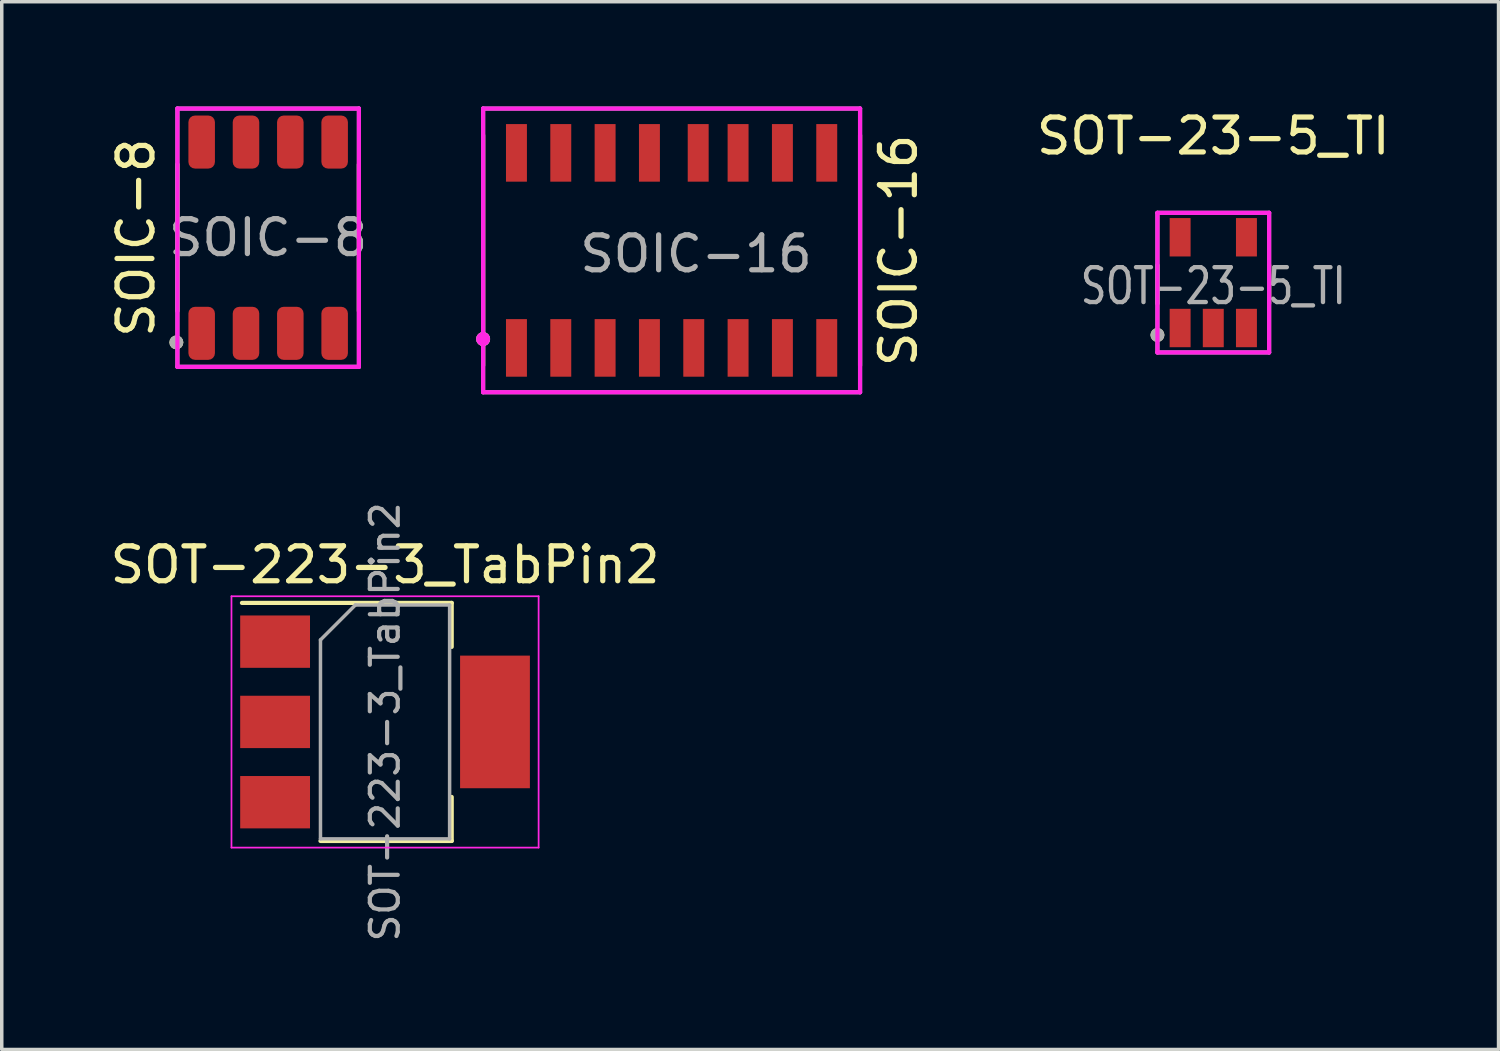
<source format=kicad_pcb>
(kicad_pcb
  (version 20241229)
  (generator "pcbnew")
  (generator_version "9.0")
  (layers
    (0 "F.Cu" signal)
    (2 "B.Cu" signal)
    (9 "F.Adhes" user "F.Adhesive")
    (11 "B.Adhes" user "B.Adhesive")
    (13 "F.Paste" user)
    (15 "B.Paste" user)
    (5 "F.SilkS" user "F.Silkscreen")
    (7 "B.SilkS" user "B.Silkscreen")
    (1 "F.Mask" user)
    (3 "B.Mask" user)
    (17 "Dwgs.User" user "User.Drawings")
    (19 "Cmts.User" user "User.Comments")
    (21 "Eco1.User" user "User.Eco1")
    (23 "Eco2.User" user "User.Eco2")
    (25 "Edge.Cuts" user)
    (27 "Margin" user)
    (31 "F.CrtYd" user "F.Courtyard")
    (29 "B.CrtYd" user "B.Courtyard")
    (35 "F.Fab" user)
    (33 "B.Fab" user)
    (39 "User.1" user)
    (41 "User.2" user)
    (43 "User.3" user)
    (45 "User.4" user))
  (footprint "SOT-23-5_TI"
    (layer "F.Cu")
    (at 31.712 6.348)
    (property "Reference" "SOT-23-5_TI" (at 0 -5.5 0) (layer "F.SilkS") (effects (font (size 1 1) (thickness 0.15))))
    (attr through_hole)
    (fp_line (start -1.6 -1.8) (end -1.6 -0.7) (stroke (width 0.12) (type solid)) (layer "F.SilkS"))
    (fp_line (start 1.6 -0.7) (end 1.6 -1.8) (stroke (width 0.12) (type solid)) (layer "F.SilkS"))
    (fp_circle (center -1.6 0.2) (end -1.5 0.2) (stroke (width 0.2) (type solid)) (fill no) (layer "F.SilkS"))
    (fp_line (start -1.6 -3.3) (end 1.6 -3.3) (stroke (width 0.12) (type solid)) (layer "F.CrtYd"))
    (fp_line (start -1.6 0.7) (end -1.6 -3.3) (stroke (width 0.12) (type solid)) (layer "F.CrtYd"))
    (fp_line (start 1.6 -3.3) (end 1.6 0.7) (stroke (width 0.12) (type solid)) (layer "F.CrtYd"))
    (fp_line (start 1.6 0.7) (end -1.6 0.7) (stroke (width 0.12) (type solid)) (layer "F.CrtYd"))
    (fp_line (start -1.6 -3.3) (end 1.6 -3.3) (stroke (width 0.12) (type solid)) (layer "F.Fab"))
    (fp_line (start -1.6 0.7) (end -1.6 -3.3) (stroke (width 0.12) (type solid)) (layer "F.Fab"))
    (fp_line (start 1.6 -3.3) (end 1.6 0.7) (stroke (width 0.12) (type solid)) (layer "F.Fab"))
    (fp_line (start 1.6 0.7) (end -1.6 0.7) (stroke (width 0.12) (type solid)) (layer "F.Fab"))
    (fp_circle (center -1.6 0.2) (end -1.5 0.2) (stroke (width 0.2) (type solid)) (fill no) (layer "F.Fab"))
    (fp_text user "${REFERENCE}" (at 0 -1.2 0) (layer "F.Fab") (effects (font (size 1 0.75) (thickness 0.125))))
    (pad "1" smd rect (at -0.95 0) (size 0.6 1.1) (layers "F.Cu" "F.Mask" "F.Paste"))
    (pad "2" smd rect (at 0 0) (size 0.6 1.1) (layers "F.Cu" "F.Mask" "F.Paste"))
    (pad "3" smd rect (at 0.95 0) (size 0.6 1.1) (layers "F.Cu" "F.Mask" "F.Paste"))
    (pad "4" smd rect (at 0.95 -2.6) (size 0.6 1.1) (layers "F.Cu" "F.Mask" "F.Paste"))
    (pad "5" smd rect (at -0.95 -2.6) (size 0.6 1.1) (layers "F.Cu" "F.Mask" "F.Paste")))
  (footprint "SOIC-16"
    (layer "F.Cu")
    (at 16.192 4.124)
    (property "Reference" "SOIC-16" (at 6.5 0 90) (layer "F.SilkS") (effects (font (size 1 1) (thickness 0.15))))
    (attr smd)
    (fp_line (start -5.4 3.3) (end -5.4 -3.3) (stroke (width 0.12) (type solid)) (layer "F.SilkS"))
    (fp_line (start 5.4 3.3) (end 5.4 -3.3) (stroke (width 0.12) (type solid)) (layer "F.SilkS"))
    (fp_circle (center -5.4 2.54) (end -5.3 2.54) (stroke (width 0.2) (type solid)) (fill no) (layer "F.SilkS"))
    (fp_line (start -5.4 -4.064) (end 5.4 -4.064) (stroke (width 0.12) (type solid)) (layer "F.CrtYd"))
    (fp_line (start -5.4 4.064) (end -5.4 -4.064) (stroke (width 0.12) (type solid)) (layer "F.CrtYd"))
    (fp_line (start 5.4 -4.064) (end 5.4 4.064) (stroke (width 0.12) (type solid)) (layer "F.CrtYd"))
    (fp_line (start 5.4 4.064) (end -5.4 4.064) (stroke (width 0.12) (type solid)) (layer "F.CrtYd"))
    (fp_circle (center -5.4 2.54) (end -5.3 2.54) (stroke (width 0.2) (type solid)) (fill no) (layer "F.CrtYd"))
    (fp_line (start -5.4 -4.064) (end 5.4 -4.064) (stroke (width 0.12) (type solid)) (layer "F.Fab"))
    (fp_line (start -5.4 4.064) (end -5.4 -4.064) (stroke (width 0.12) (type solid)) (layer "F.Fab"))
    (fp_line (start 5.4 -4.064) (end 5.4 4.064) (stroke (width 0.12) (type solid)) (layer "F.Fab"))
    (fp_line (start 5.4 4.064) (end -5.4 4.064) (stroke (width 0.12) (type solid)) (layer "F.Fab"))
    (fp_circle (center -5.4 2.54) (end -5.3 2.54) (stroke (width 0.2) (type solid)) (fill no) (layer "F.Fab"))
    (fp_text user "${REFERENCE}" (at 0.7 0.1 0) (layer "F.Fab") (effects (font (size 1 1) (thickness 0.15))))
    (pad "1" smd rect (at -4.445 2.794) (size 0.6 1.65) (layers "F.Cu" "F.Mask" "F.Paste"))
    (pad "2" smd rect (at -3.175 2.794) (size 0.6 1.65) (layers "F.Cu" "F.Mask" "F.Paste"))
    (pad "3" smd rect (at -1.905 2.794) (size 0.6 1.65) (layers "F.Cu" "F.Mask" "F.Paste"))
    (pad "4" smd rect (at -0.635 2.794) (size 0.6 1.65) (layers "F.Cu" "F.Mask" "F.Paste"))
    (pad "5" smd rect (at 0.635 2.794) (size 0.6 1.65) (layers "F.Cu" "F.Mask" "F.Paste"))
    (pad "6" smd rect (at 1.905 2.794) (size 0.6 1.65) (layers "F.Cu" "F.Mask" "F.Paste"))
    (pad "7" smd rect (at 3.175 2.794) (size 0.6 1.65) (layers "F.Cu" "F.Mask" "F.Paste"))
    (pad "8" smd rect (at 4.445 2.794) (size 0.6 1.65) (layers "F.Cu" "F.Mask" "F.Paste"))
    (pad "9" smd rect (at 4.445 -2.794) (size 0.6 1.65) (layers "F.Cu" "F.Mask" "F.Paste"))
    (pad "10" smd rect (at 3.175 -2.794) (size 0.6 1.65) (layers "F.Cu" "F.Mask" "F.Paste"))
    (pad "11" smd rect (at 1.905 -2.794) (size 0.6 1.65) (layers "F.Cu" "F.Mask" "F.Paste"))
    (pad "12" smd rect (at 0.762 -2.794) (size 0.6 1.65) (layers "F.Cu" "F.Mask" "F.Paste"))
    (pad "13" smd rect (at -0.635 -2.794) (size 0.6 1.65) (layers "F.Cu" "F.Mask" "F.Paste"))
    (pad "14" smd rect (at -1.905 -2.794) (size 0.6 1.65) (layers "F.Cu" "F.Mask" "F.Paste"))
    (pad "15" smd rect (at -3.175 -2.794) (size 0.6 1.65) (layers "F.Cu" "F.Mask" "F.Paste"))
    (pad "16" smd rect (at -4.445 -2.794) (size 0.6 1.65) (layers "F.Cu" "F.Mask" "F.Paste")))
  (footprint "SOIC-8"
    (layer "F.Cu")
    (at 4.633 3.76)
    (property "Reference" "SOIC-8" (at -3.785 0 90) (layer "F.SilkS") (effects (font (size 1 1) (thickness 0.15))))
    (attr smd)
    (fp_line (start -2.6 2.1) (end -2.6 -2.1) (stroke (width 0.12) (type solid)) (layer "F.SilkS"))
    (fp_line (start 2.6 -2.1) (end 2.6 2.1) (stroke (width 0.12) (type solid)) (layer "F.SilkS"))
    (fp_circle (center -2.63 3) (end -2.53 3) (stroke (width 0.2) (type solid)) (fill no) (layer "F.SilkS"))
    (fp_line (start -2.6 -3.7) (end 2.6 -3.7) (stroke (width 0.12) (type solid)) (layer "F.CrtYd"))
    (fp_line (start -2.6 3.7) (end -2.6 -3.7) (stroke (width 0.12) (type solid)) (layer "F.CrtYd"))
    (fp_line (start 2.6 -3.7) (end 2.6 3.7) (stroke (width 0.12) (type solid)) (layer "F.CrtYd"))
    (fp_line (start 2.6 3.7) (end -2.6 3.7) (stroke (width 0.12) (type solid)) (layer "F.CrtYd"))
    (fp_line (start -2.6 -3.7) (end 2.6 -3.7) (stroke (width 0.12) (type solid)) (layer "F.Fab"))
    (fp_line (start -2.6 3.7) (end -2.6 -3.7) (stroke (width 0.12) (type solid)) (layer "F.Fab"))
    (fp_line (start 2.6 -3.7) (end 2.6 3.7) (stroke (width 0.12) (type solid)) (layer "F.Fab"))
    (fp_line (start 2.6 3.7) (end -2.6 3.7) (stroke (width 0.12) (type solid)) (layer "F.Fab"))
    (fp_circle (center -2.63 3) (end -2.53 3) (stroke (width 0.2) (type solid)) (fill no) (layer "F.Fab"))
    (fp_text user "${REFERENCE}" (at 0 0 0) (layer "F.Fab") (effects (font (size 1 1) (thickness 0.15))))
    (pad "1" smd roundrect (at -1.905 2.74) (size 0.76 1.52) (layers "F.Cu" "F.Mask" "F.Paste") (roundrect_rratio 0.25))
    (pad "2" smd roundrect (at -0.635 2.74) (size 0.76 1.52) (layers "F.Cu" "F.Mask" "F.Paste") (roundrect_rratio 0.25))
    (pad "3" smd roundrect (at 0.635 2.74) (size 0.76 1.52) (layers "F.Cu" "F.Mask" "F.Paste") (roundrect_rratio 0.25))
    (pad "4" smd roundrect (at 1.905 2.74) (size 0.76 1.52) (layers "F.Cu" "F.Mask" "F.Paste") (roundrect_rratio 0.25))
    (pad "5" smd roundrect (at 1.905 -2.74) (size 0.76 1.52) (layers "F.Cu" "F.Mask" "F.Paste") (roundrect_rratio 0.25))
    (pad "6" smd roundrect (at 0.635 -2.74) (size 0.76 1.52) (layers "F.Cu" "F.Mask" "F.Paste") (roundrect_rratio 0.25))
    (pad "7" smd roundrect (at -0.635 -2.74) (size 0.76 1.52) (layers "F.Cu" "F.Mask" "F.Paste") (roundrect_rratio 0.25))
    (pad "8" smd roundrect (at -1.905 -2.74) (size 0.76 1.52) (layers "F.Cu" "F.Mask" "F.Paste") (roundrect_rratio 0.25)))
  (footprint "SOT-223-3_TabPin2"
    (layer "F.Cu")
    (at 7.982 17.634)
    (property "Reference" "SOT-223-3_TabPin2" (at 0 -4.5 0) (layer "F.SilkS") (effects (font (size 1 1) (thickness 0.15))))
    (attr smd)
    (fp_line (start -4.1 -3.41) (end 1.91 -3.41) (stroke (width 0.12) (type solid)) (layer "F.SilkS"))
    (fp_line (start -1.85 3.41) (end 1.91 3.41) (stroke (width 0.12) (type solid)) (layer "F.SilkS"))
    (fp_line (start 1.91 -3.41) (end 1.91 -2.15) (stroke (width 0.12) (type solid)) (layer "F.SilkS"))
    (fp_line (start 1.91 3.41) (end 1.91 2.15) (stroke (width 0.12) (type solid)) (layer "F.SilkS"))
    (fp_line (start -4.4 -3.6) (end -4.4 3.6) (stroke (width 0.05) (type solid)) (layer "F.CrtYd"))
    (fp_line (start -4.4 3.6) (end 4.4 3.6) (stroke (width 0.05) (type solid)) (layer "F.CrtYd"))
    (fp_line (start 4.4 -3.6) (end -4.4 -3.6) (stroke (width 0.05) (type solid)) (layer "F.CrtYd"))
    (fp_line (start 4.4 3.6) (end 4.4 -3.6) (stroke (width 0.05) (type solid)) (layer "F.CrtYd"))
    (fp_line (start -1.85 -2.35) (end -1.85 3.35) (stroke (width 0.1) (type solid)) (layer "F.Fab"))
    (fp_line (start -1.85 -2.35) (end -0.85 -3.35) (stroke (width 0.1) (type solid)) (layer "F.Fab"))
    (fp_line (start -1.85 3.35) (end 1.85 3.35) (stroke (width 0.1) (type solid)) (layer "F.Fab"))
    (fp_line (start -0.85 -3.35) (end 1.85 -3.35) (stroke (width 0.1) (type solid)) (layer "F.Fab"))
    (fp_line (start 1.85 -3.35) (end 1.85 3.35) (stroke (width 0.1) (type solid)) (layer "F.Fab"))
    (fp_text user "${REFERENCE}" (at 0 0 90) (layer "F.Fab") (effects (font (size 0.8 0.8) (thickness 0.12))))
    (pad "1" smd rect (at -3.15 -2.3) (size 2 1.5) (layers "F.Cu" "F.Mask" "F.Paste"))
    (pad "1" smd rect (at -3.15 2.3) (size 2 1.5) (layers "F.Cu" "F.Mask" "F.Paste"))
    (pad "2" smd rect (at -3.15 0) (size 2 1.5) (layers "F.Cu" "F.Mask" "F.Paste"))
    (pad "2" smd rect (at 3.15 0) (size 2 3.8) (layers "F.Cu" "F.Mask" "F.Paste")))
  (gr_rect
    (start -3 -3)
    (end 39.885 27.019)
    (stroke (width 0.1) (type default))
    (fill no)
    (layer "Edge.Cuts")))
</source>
